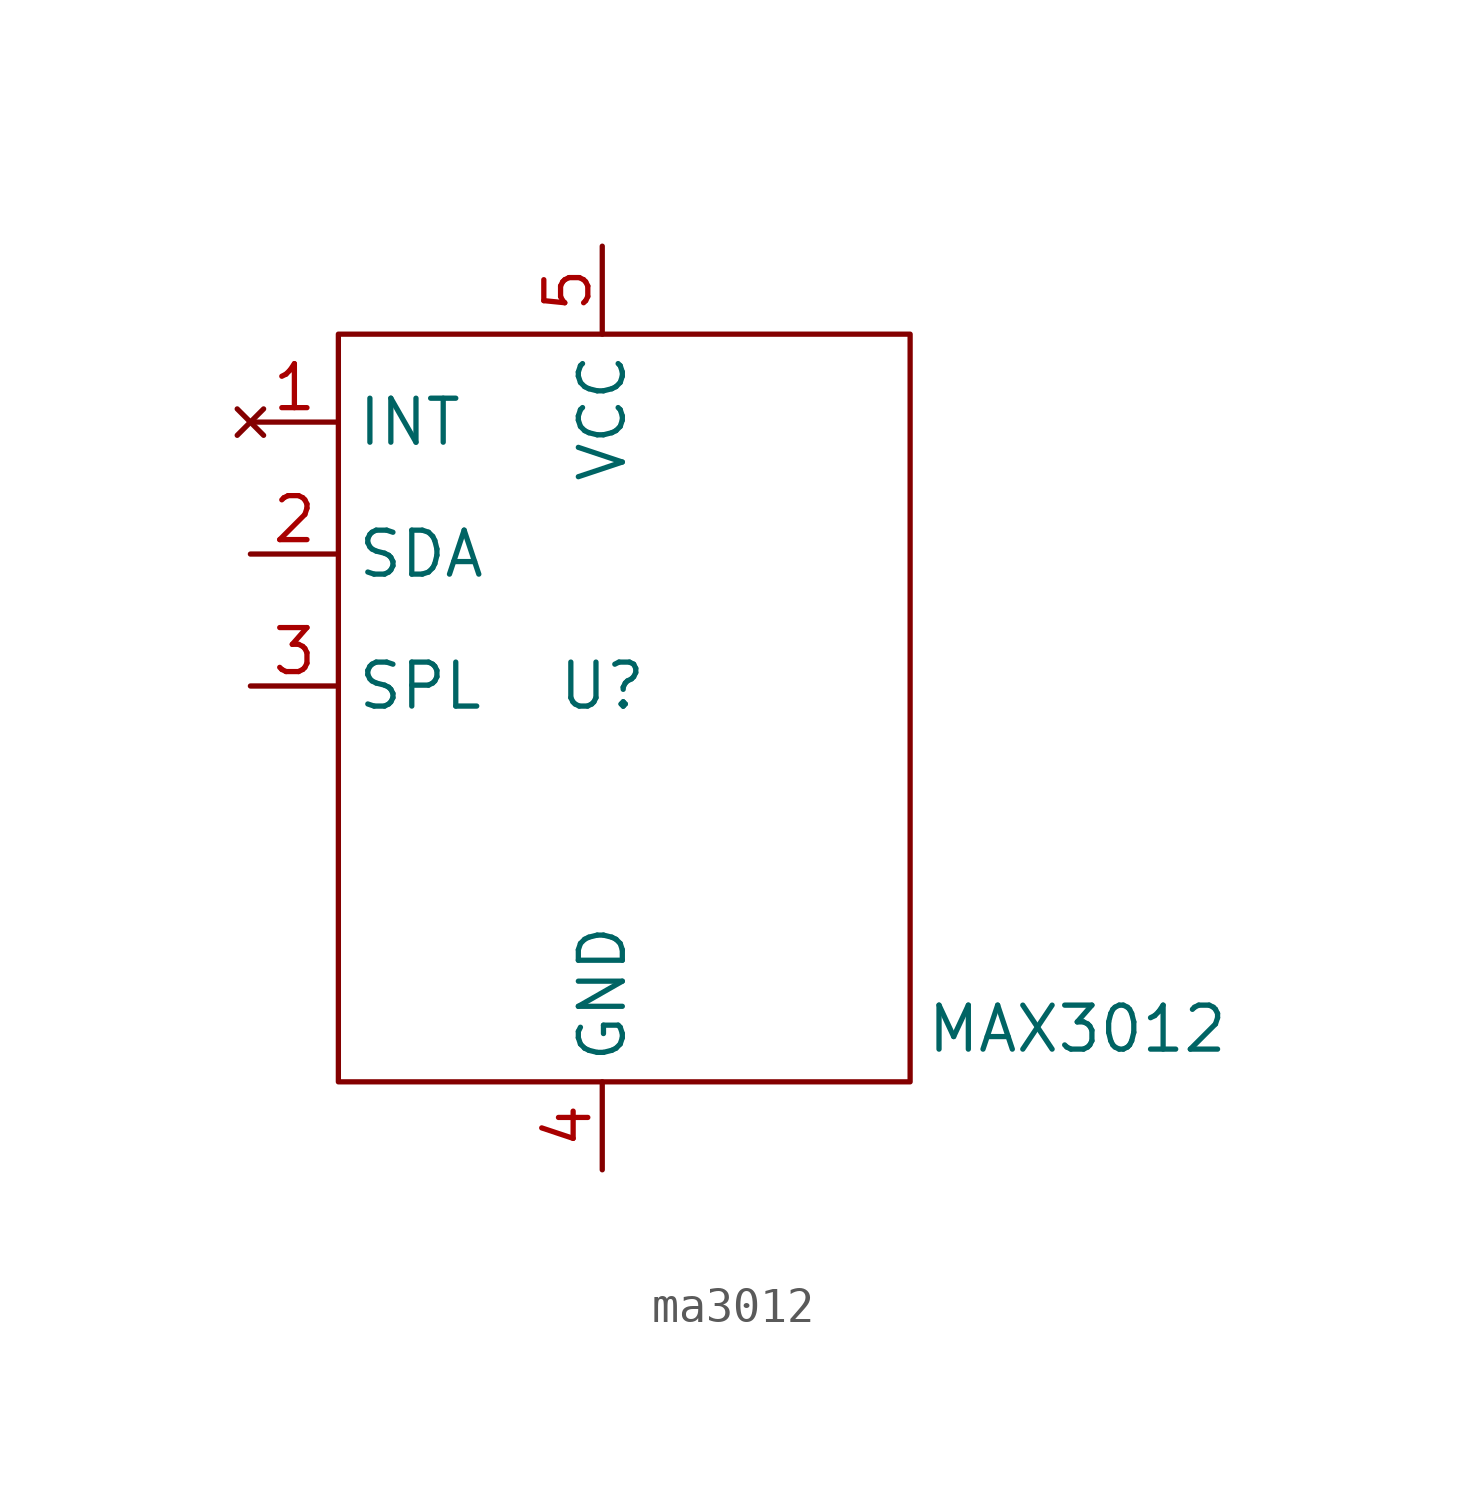
<source format=kicad_sym>
(kicad_symbol_lib
  (version 20241209)
  (generator "kicad_symbol_editor")
  (generator_version "9.0")
  (symbol "ma3012"
    (property "Reference" "U"
      (at 0 0 0)
      (effects (font (size 1.27 1.27))))
    (property "Value" "MAX3012"
      (at 13.716 -9.906 0)
      (effects (font (size 1.27 1.27))))
    (symbol "ma3012_0_1"
      (rectangle (start -7.62 10.16) (end 8.89 -11.43) (stroke (width 0) (type default)) (fill (type none))))
    (symbol "ma3012_1_1"
      (pin no_connect line (at -10.16 7.62 0) (length 2.54) (name "INT" (effects (font (size 1.27 1.27)))) (number "1" (effects (font (size 1.27 1.27)))))
      (pin bidirectional line (at -10.16 3.81 0) (length 2.54) (name "SDA" (effects (font (size 1.27 1.27)))) (number "2" (effects (font (size 1.27 1.27)))))
      (pin input line (at -10.16 0 0) (length 2.54) (name "SPL" (effects (font (size 1.27 1.27)))) (number "3" (effects (font (size 1.27 1.27)))))
      (pin power_in line (at 0 12.7 270) (length 2.54) (name "VCC" (effects (font (size 1.27 1.27)))) (number "5" (effects (font (size 1.27 1.27)))))
      (pin power_in line (at 0 -13.97 90) (length 2.54) (name "GND" (effects (font (size 1.27 1.27)))) (number "4" (effects (font (size 1.27 1.27))))))))
</source>
